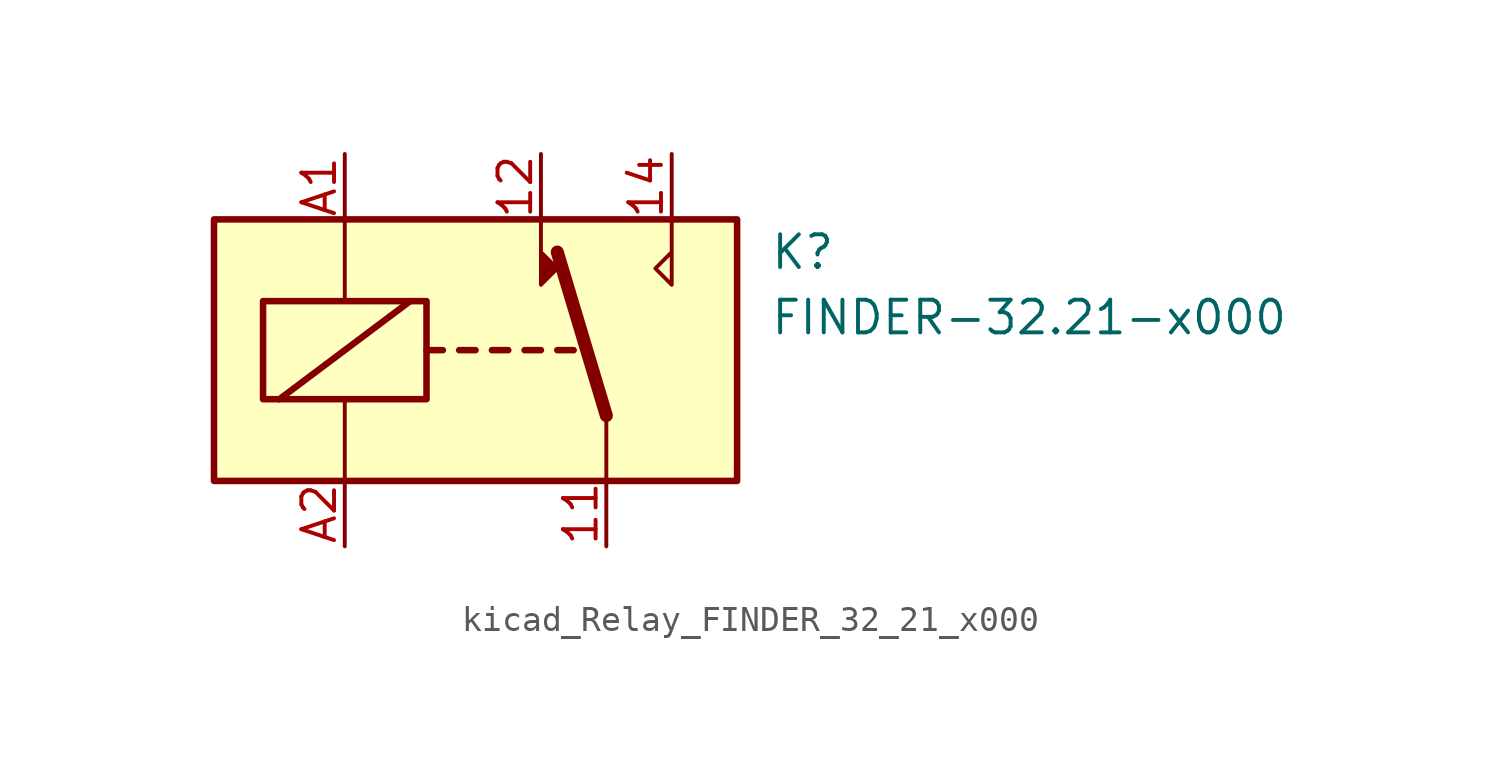
<source format=kicad_sym>
(kicad_symbol_lib
  (version 20220914)
  (generator kicad_symbol_editor)
  (symbol "kicad_Relay_FINDER_32_21_x000"
    (property "Reference" "K"
      (at 11.43 3.81 0)
      (effects (font (size 1.27 1.27)) (justify left)))
    (property "Value" "FINDER-32.21-x000"
      (at 11.43 1.27 0)
      (effects (font (size 1.27 1.27)) (justify left)))
    (symbol "kicad_Relay_FINDER_32_21_x000_0_0"
      (polyline (pts (xy 2.54 5.08) (xy 2.54 2.54) (xy 3.175 3.175) (xy 2.54 3.81)) (stroke (width 0) (type default)) (fill (type outline)))
      (polyline (pts (xy 7.62 5.08) (xy 7.62 2.54) (xy 6.985 3.175) (xy 7.62 3.81)) (stroke (width 0) (type default)) (fill (type none))))
    (symbol "kicad_Relay_FINDER_32_21_x000_0_1"
      (rectangle (start -10.16 5.08) (end 10.16 -5.08) (stroke (width 0.254) (type default)) (fill (type background)))
      (rectangle (start -8.255 1.905) (end -1.905 -1.905) (stroke (width 0.254) (type default)) (fill (type none)))
      (polyline (pts (xy -7.62 -1.905) (xy -2.54 1.905)) (stroke (width 0.254) (type default)) (fill (type none)))
      (polyline (pts (xy -5.08 -5.08) (xy -5.08 -1.905)) (stroke (width 0) (type default)) (fill (type none)))
      (polyline (pts (xy -5.08 5.08) (xy -5.08 1.905)) (stroke (width 0) (type default)) (fill (type none)))
      (polyline (pts (xy -1.905 0) (xy -1.27 0)) (stroke (width 0.254) (type default)) (fill (type none)))
      (polyline (pts (xy -0.635 0) (xy 0 0)) (stroke (width 0.254) (type default)) (fill (type none)))
      (polyline (pts (xy 0.635 0) (xy 1.27 0)) (stroke (width 0.254) (type default)) (fill (type none)))
      (polyline (pts (xy 1.905 0) (xy 2.54 0)) (stroke (width 0.254) (type default)) (fill (type none)))
      (polyline (pts (xy 3.175 0) (xy 3.81 0)) (stroke (width 0.254) (type default)) (fill (type none)))
      (polyline (pts (xy 5.08 -2.54) (xy 3.175 3.81)) (stroke (width 0.508) (type default)) (fill (type none)))
      (polyline (pts (xy 5.08 -2.54) (xy 5.08 -5.08)) (stroke (width 0) (type default)) (fill (type none))))
    (symbol "kicad_Relay_FINDER_32_21_x000_1_1"
      (pin passive line (at 5.08 -7.62 90) (length 2.54) (name "~" (effects (font (size 1.27 1.27)))) (number "11" (effects (font (size 1.27 1.27)))))
      (pin passive line (at 2.54 7.62 270) (length 2.54) (name "~" (effects (font (size 1.27 1.27)))) (number "12" (effects (font (size 1.27 1.27)))))
      (pin passive line (at 7.62 7.62 270) (length 2.54) (name "~" (effects (font (size 1.27 1.27)))) (number "14" (effects (font (size 1.27 1.27)))))
      (pin passive line (at -5.08 7.62 270) (length 2.54) (name "~" (effects (font (size 1.27 1.27)))) (number "A1" (effects (font (size 1.27 1.27)))))
      (pin passive line (at -5.08 -7.62 90) (length 2.54) (name "~" (effects (font (size 1.27 1.27)))) (number "A2" (effects (font (size 1.27 1.27))))))))
</source>
